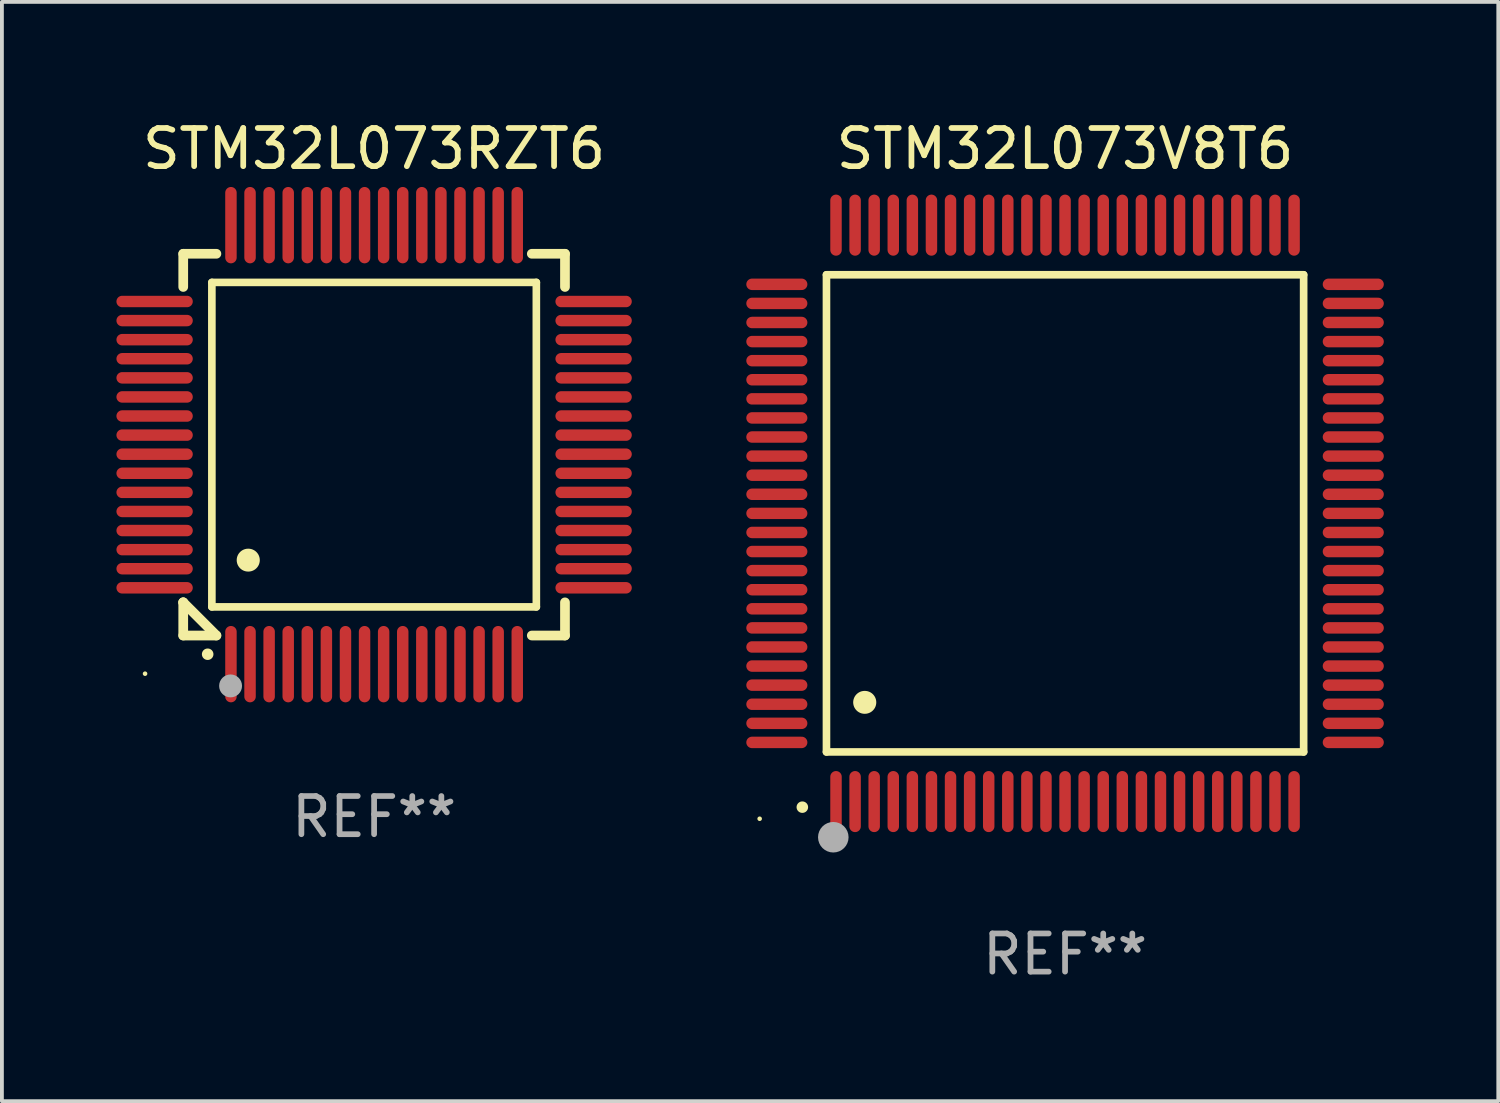
<source format=kicad_pcb>
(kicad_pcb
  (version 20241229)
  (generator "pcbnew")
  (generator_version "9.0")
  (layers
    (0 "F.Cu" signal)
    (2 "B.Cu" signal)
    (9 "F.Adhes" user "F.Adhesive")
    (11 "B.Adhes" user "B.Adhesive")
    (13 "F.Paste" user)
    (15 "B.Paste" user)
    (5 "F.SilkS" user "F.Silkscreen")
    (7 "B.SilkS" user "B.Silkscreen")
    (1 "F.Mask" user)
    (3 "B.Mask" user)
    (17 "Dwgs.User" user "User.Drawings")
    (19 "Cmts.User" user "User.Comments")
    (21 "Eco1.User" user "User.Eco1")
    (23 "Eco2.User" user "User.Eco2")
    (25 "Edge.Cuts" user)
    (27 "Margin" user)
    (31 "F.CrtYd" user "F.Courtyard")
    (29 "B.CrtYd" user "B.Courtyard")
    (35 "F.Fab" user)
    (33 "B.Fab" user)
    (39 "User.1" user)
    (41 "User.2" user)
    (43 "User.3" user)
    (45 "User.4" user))
  (footprint "STM32L073V8T6"
    (layer "F.Cu")
    (at 24.85 10.398)
    (property "Reference" "STM32L073V8T6" (at 0 -9.55 0) (layer "F.SilkS") (effects (font (size 1 1) (thickness 0.15))))
    (attr through_hole)
    (fp_line (start -6.25 -6.25) (end -6.25 6.25) (stroke (width 0.2) (type solid)) (layer "F.SilkS"))
    (fp_line (start -6.25 6.25) (end 6.25 6.25) (stroke (width 0.2) (type solid)) (layer "F.SilkS"))
    (fp_line (start 6.25 -6.25) (end -6.25 -6.25) (stroke (width 0.2) (type solid)) (layer "F.SilkS"))
    (fp_line (start 6.25 6.25) (end 6.25 -6.25) (stroke (width 0.2) (type solid)) (layer "F.SilkS"))
    (fp_arc (start -6.883414 7.696215) (mid -6.882144 7.69621) (end -6.880874 7.696215) (stroke (width 0.3) (type solid)) (layer "F.SilkS"))
    (fp_arc (start -5.250191 4.95047) (mid -5.247651 4.950459) (end -5.245111 4.95047) (stroke (width 0.6) (type solid)) (layer "F.SilkS"))
    (fp_circle (center -8 8) (end -7.97 8) (stroke (width 0.06) (type solid)) (fill no) (layer "F.SilkS"))
    (fp_circle (center -6.071 8.484) (end -5.871 8.484) (stroke (width 0.4) (type solid)) (fill no) (layer "F.Fab"))
    (fp_text user "REF**" (at 0 11.55 0) (layer "F.Fab") (effects (font (size 1 1) (thickness 0.15))))
    (pad "1" smd oval (at -6 7.55) (size 0.3 1.6) (layers "F.Cu" "F.Mask" "F.Paste"))
    (pad "2" smd oval (at -5.5 7.55) (size 0.3 1.6) (layers "F.Cu" "F.Mask" "F.Paste"))
    (pad "3" smd oval (at -5 7.55) (size 0.3 1.6) (layers "F.Cu" "F.Mask" "F.Paste"))
    (pad "4" smd oval (at -4.5 7.55) (size 0.3 1.6) (layers "F.Cu" "F.Mask" "F.Paste"))
    (pad "5" smd oval (at -4 7.55) (size 0.3 1.6) (layers "F.Cu" "F.Mask" "F.Paste"))
    (pad "6" smd oval (at -3.5 7.55) (size 0.3 1.6) (layers "F.Cu" "F.Mask" "F.Paste"))
    (pad "7" smd oval (at -3 7.55) (size 0.3 1.6) (layers "F.Cu" "F.Mask" "F.Paste"))
    (pad "8" smd oval (at -2.5 7.55) (size 0.3 1.6) (layers "F.Cu" "F.Mask" "F.Paste"))
    (pad "9" smd oval (at -2 7.55) (size 0.3 1.6) (layers "F.Cu" "F.Mask" "F.Paste"))
    (pad "10" smd oval (at -1.5 7.55) (size 0.3 1.6) (layers "F.Cu" "F.Mask" "F.Paste"))
    (pad "11" smd oval (at -1 7.55) (size 0.3 1.6) (layers "F.Cu" "F.Mask" "F.Paste"))
    (pad "12" smd oval (at -0.5 7.55) (size 0.3 1.6) (layers "F.Cu" "F.Mask" "F.Paste"))
    (pad "13" smd oval (at 0 7.55) (size 0.3 1.6) (layers "F.Cu" "F.Mask" "F.Paste"))
    (pad "14" smd oval (at 0.5 7.55) (size 0.3 1.6) (layers "F.Cu" "F.Mask" "F.Paste"))
    (pad "15" smd oval (at 1 7.55) (size 0.3 1.6) (layers "F.Cu" "F.Mask" "F.Paste"))
    (pad "16" smd oval (at 1.5 7.55) (size 0.3 1.6) (layers "F.Cu" "F.Mask" "F.Paste"))
    (pad "17" smd oval (at 2 7.55) (size 0.3 1.6) (layers "F.Cu" "F.Mask" "F.Paste"))
    (pad "18" smd oval (at 2.5 7.55) (size 0.3 1.6) (layers "F.Cu" "F.Mask" "F.Paste"))
    (pad "19" smd oval (at 3 7.55) (size 0.3 1.6) (layers "F.Cu" "F.Mask" "F.Paste"))
    (pad "20" smd oval (at 3.5 7.55) (size 0.3 1.6) (layers "F.Cu" "F.Mask" "F.Paste"))
    (pad "21" smd oval (at 4 7.55) (size 0.3 1.6) (layers "F.Cu" "F.Mask" "F.Paste"))
    (pad "22" smd oval (at 4.5 7.55) (size 0.3 1.6) (layers "F.Cu" "F.Mask" "F.Paste"))
    (pad "23" smd oval (at 5 7.55) (size 0.3 1.6) (layers "F.Cu" "F.Mask" "F.Paste"))
    (pad "24" smd oval (at 5.5 7.55) (size 0.3 1.6) (layers "F.Cu" "F.Mask" "F.Paste"))
    (pad "25" smd oval (at 6 7.55) (size 0.3 1.6) (layers "F.Cu" "F.Mask" "F.Paste"))
    (pad "26" smd oval (at 7.55 6) (size 1.6 0.3) (layers "F.Cu" "F.Mask" "F.Paste"))
    (pad "27" smd oval (at 7.55 5.5) (size 1.6 0.3) (layers "F.Cu" "F.Mask" "F.Paste"))
    (pad "28" smd oval (at 7.55 5) (size 1.6 0.3) (layers "F.Cu" "F.Mask" "F.Paste"))
    (pad "29" smd oval (at 7.55 4.5) (size 1.6 0.3) (layers "F.Cu" "F.Mask" "F.Paste"))
    (pad "30" smd oval (at 7.55 4) (size 1.6 0.3) (layers "F.Cu" "F.Mask" "F.Paste"))
    (pad "31" smd oval (at 7.55 3.5) (size 1.6 0.3) (layers "F.Cu" "F.Mask" "F.Paste"))
    (pad "32" smd oval (at 7.55 3) (size 1.6 0.3) (layers "F.Cu" "F.Mask" "F.Paste"))
    (pad "33" smd oval (at 7.55 2.5) (size 1.6 0.3) (layers "F.Cu" "F.Mask" "F.Paste"))
    (pad "34" smd oval (at 7.55 2) (size 1.6 0.3) (layers "F.Cu" "F.Mask" "F.Paste"))
    (pad "35" smd oval (at 7.55 1.5) (size 1.6 0.3) (layers "F.Cu" "F.Mask" "F.Paste"))
    (pad "36" smd oval (at 7.55 1) (size 1.6 0.3) (layers "F.Cu" "F.Mask" "F.Paste"))
    (pad "37" smd oval (at 7.55 0.5) (size 1.6 0.3) (layers "F.Cu" "F.Mask" "F.Paste"))
    (pad "38" smd oval (at 7.55 0) (size 1.6 0.3) (layers "F.Cu" "F.Mask" "F.Paste"))
    (pad "39" smd oval (at 7.55 -0.5) (size 1.6 0.3) (layers "F.Cu" "F.Mask" "F.Paste"))
    (pad "40" smd oval (at 7.55 -1) (size 1.6 0.3) (layers "F.Cu" "F.Mask" "F.Paste"))
    (pad "41" smd oval (at 7.55 -1.5) (size 1.6 0.3) (layers "F.Cu" "F.Mask" "F.Paste"))
    (pad "42" smd oval (at 7.55 -2) (size 1.6 0.3) (layers "F.Cu" "F.Mask" "F.Paste"))
    (pad "43" smd oval (at 7.55 -2.5) (size 1.6 0.3) (layers "F.Cu" "F.Mask" "F.Paste"))
    (pad "44" smd oval (at 7.55 -3) (size 1.6 0.3) (layers "F.Cu" "F.Mask" "F.Paste"))
    (pad "45" smd oval (at 7.55 -3.5) (size 1.6 0.3) (layers "F.Cu" "F.Mask" "F.Paste"))
    (pad "46" smd oval (at 7.55 -4) (size 1.6 0.3) (layers "F.Cu" "F.Mask" "F.Paste"))
    (pad "47" smd oval (at 7.55 -4.5) (size 1.6 0.3) (layers "F.Cu" "F.Mask" "F.Paste"))
    (pad "48" smd oval (at 7.55 -5) (size 1.6 0.3) (layers "F.Cu" "F.Mask" "F.Paste"))
    (pad "49" smd oval (at 7.55 -5.5) (size 1.6 0.3) (layers "F.Cu" "F.Mask" "F.Paste"))
    (pad "50" smd oval (at 7.55 -6) (size 1.6 0.3) (layers "F.Cu" "F.Mask" "F.Paste"))
    (pad "51" smd oval (at 6 -7.55) (size 0.3 1.6) (layers "F.Cu" "F.Mask" "F.Paste"))
    (pad "52" smd oval (at 5.5 -7.55) (size 0.3 1.6) (layers "F.Cu" "F.Mask" "F.Paste"))
    (pad "53" smd oval (at 5 -7.55) (size 0.3 1.6) (layers "F.Cu" "F.Mask" "F.Paste"))
    (pad "54" smd oval (at 4.5 -7.55) (size 0.3 1.6) (layers "F.Cu" "F.Mask" "F.Paste"))
    (pad "55" smd oval (at 4 -7.55) (size 0.3 1.6) (layers "F.Cu" "F.Mask" "F.Paste"))
    (pad "56" smd oval (at 3.5 -7.55) (size 0.3 1.6) (layers "F.Cu" "F.Mask" "F.Paste"))
    (pad "57" smd oval (at 3 -7.55) (size 0.3 1.6) (layers "F.Cu" "F.Mask" "F.Paste"))
    (pad "58" smd oval (at 2.5 -7.55) (size 0.3 1.6) (layers "F.Cu" "F.Mask" "F.Paste"))
    (pad "59" smd oval (at 2 -7.55) (size 0.3 1.6) (layers "F.Cu" "F.Mask" "F.Paste"))
    (pad "60" smd oval (at 1.5 -7.55) (size 0.3 1.6) (layers "F.Cu" "F.Mask" "F.Paste"))
    (pad "61" smd oval (at 1 -7.55) (size 0.3 1.6) (layers "F.Cu" "F.Mask" "F.Paste"))
    (pad "62" smd oval (at 0.5 -7.55) (size 0.3 1.6) (layers "F.Cu" "F.Mask" "F.Paste"))
    (pad "63" smd oval (at 0 -7.55) (size 0.3 1.6) (layers "F.Cu" "F.Mask" "F.Paste"))
    (pad "64" smd oval (at -0.5 -7.55) (size 0.3 1.6) (layers "F.Cu" "F.Mask" "F.Paste"))
    (pad "65" smd oval (at -1 -7.55) (size 0.3 1.6) (layers "F.Cu" "F.Mask" "F.Paste"))
    (pad "66" smd oval (at -1.5 -7.55) (size 0.3 1.6) (layers "F.Cu" "F.Mask" "F.Paste"))
    (pad "67" smd oval (at -2 -7.55) (size 0.3 1.6) (layers "F.Cu" "F.Mask" "F.Paste"))
    (pad "68" smd oval (at -2.5 -7.55) (size 0.3 1.6) (layers "F.Cu" "F.Mask" "F.Paste"))
    (pad "69" smd oval (at -3 -7.55) (size 0.3 1.6) (layers "F.Cu" "F.Mask" "F.Paste"))
    (pad "70" smd oval (at -3.5 -7.55) (size 0.3 1.6) (layers "F.Cu" "F.Mask" "F.Paste"))
    (pad "71" smd oval (at -4 -7.55) (size 0.3 1.6) (layers "F.Cu" "F.Mask" "F.Paste"))
    (pad "72" smd oval (at -4.5 -7.55) (size 0.3 1.6) (layers "F.Cu" "F.Mask" "F.Paste"))
    (pad "73" smd oval (at -5 -7.55) (size 0.3 1.6) (layers "F.Cu" "F.Mask" "F.Paste"))
    (pad "74" smd oval (at -5.5 -7.55) (size 0.3 1.6) (layers "F.Cu" "F.Mask" "F.Paste"))
    (pad "75" smd oval (at -6 -7.55) (size 0.3 1.6) (layers "F.Cu" "F.Mask" "F.Paste"))
    (pad "76" smd oval (at -7.55 -6) (size 1.6 0.3) (layers "F.Cu" "F.Mask" "F.Paste"))
    (pad "77" smd oval (at -7.55 -5.5) (size 1.6 0.3) (layers "F.Cu" "F.Mask" "F.Paste"))
    (pad "78" smd oval (at -7.55 -5) (size 1.6 0.3) (layers "F.Cu" "F.Mask" "F.Paste"))
    (pad "79" smd oval (at -7.55 -4.5) (size 1.6 0.3) (layers "F.Cu" "F.Mask" "F.Paste"))
    (pad "80" smd oval (at -7.55 -4) (size 1.6 0.3) (layers "F.Cu" "F.Mask" "F.Paste"))
    (pad "81" smd oval (at -7.55 -3.5) (size 1.6 0.3) (layers "F.Cu" "F.Mask" "F.Paste"))
    (pad "82" smd oval (at -7.55 -3) (size 1.6 0.3) (layers "F.Cu" "F.Mask" "F.Paste"))
    (pad "83" smd oval (at -7.55 -2.5) (size 1.6 0.3) (layers "F.Cu" "F.Mask" "F.Paste"))
    (pad "84" smd oval (at -7.55 -2) (size 1.6 0.3) (layers "F.Cu" "F.Mask" "F.Paste"))
    (pad "85" smd oval (at -7.55 -1.5) (size 1.6 0.3) (layers "F.Cu" "F.Mask" "F.Paste"))
    (pad "86" smd oval (at -7.55 -1) (size 1.6 0.3) (layers "F.Cu" "F.Mask" "F.Paste"))
    (pad "87" smd oval (at -7.55 -0.5) (size 1.6 0.3) (layers "F.Cu" "F.Mask" "F.Paste"))
    (pad "88" smd oval (at -7.55 0) (size 1.6 0.3) (layers "F.Cu" "F.Mask" "F.Paste"))
    (pad "89" smd oval (at -7.55 0.5) (size 1.6 0.3) (layers "F.Cu" "F.Mask" "F.Paste"))
    (pad "90" smd oval (at -7.55 1) (size 1.6 0.3) (layers "F.Cu" "F.Mask" "F.Paste"))
    (pad "91" smd oval (at -7.55 1.5) (size 1.6 0.3) (layers "F.Cu" "F.Mask" "F.Paste"))
    (pad "92" smd oval (at -7.55 2) (size 1.6 0.3) (layers "F.Cu" "F.Mask" "F.Paste"))
    (pad "93" smd oval (at -7.55 2.5) (size 1.6 0.3) (layers "F.Cu" "F.Mask" "F.Paste"))
    (pad "94" smd oval (at -7.55 3) (size 1.6 0.3) (layers "F.Cu" "F.Mask" "F.Paste"))
    (pad "95" smd oval (at -7.55 3.5) (size 1.6 0.3) (layers "F.Cu" "F.Mask" "F.Paste"))
    (pad "96" smd oval (at -7.55 4) (size 1.6 0.3) (layers "F.Cu" "F.Mask" "F.Paste"))
    (pad "97" smd oval (at -7.55 4.5) (size 1.6 0.3) (layers "F.Cu" "F.Mask" "F.Paste"))
    (pad "98" smd oval (at -7.55 5) (size 1.6 0.3) (layers "F.Cu" "F.Mask" "F.Paste"))
    (pad "99" smd oval (at -7.55 5.5) (size 1.6 0.3) (layers "F.Cu" "F.Mask" "F.Paste"))
    (pad "100" smd oval (at -7.55 6) (size 1.6 0.3) (layers "F.Cu" "F.Mask" "F.Paste")))
  (footprint "STM32L073RZT6"
    (layer "F.Cu")
    (at 6.75 8.598)
    (property "Reference" "STM32L073RZT6" (at 0 -7.75 0) (layer "F.SilkS") (effects (font (size 1 1) (thickness 0.15))))
    (attr through_hole)
    (fp_line (start -5 -5) (end -4.131 -5) (stroke (width 0.254) (type solid)) (layer "F.SilkS"))
    (fp_line (start -5 -4.131) (end -5 -5) (stroke (width 0.254) (type solid)) (layer "F.SilkS"))
    (fp_line (start -5 4.131) (end -5 4.131) (stroke (width 0.254) (type solid)) (layer "F.SilkS"))
    (fp_line (start -5 5) (end -5 4.131) (stroke (width 0.254) (type solid)) (layer "F.SilkS"))
    (fp_line (start -5 4.131) (end -4.131 5) (stroke (width 0.254) (type solid)) (layer "F.SilkS"))
    (fp_line (start -4.25 -4.25) (end -4.25 4.25) (stroke (width 0.2) (type solid)) (layer "F.SilkS"))
    (fp_line (start -4.25 4.25) (end 4.25 4.25) (stroke (width 0.2) (type solid)) (layer "F.SilkS"))
    (fp_line (start -4.131 5) (end -5 5) (stroke (width 0.254) (type solid)) (layer "F.SilkS"))
    (fp_line (start 4.25 -4.25) (end -4.25 -4.25) (stroke (width 0.2) (type solid)) (layer "F.SilkS"))
    (fp_line (start 4.25 4.25) (end 4.25 -4.25) (stroke (width 0.2) (type solid)) (layer "F.SilkS"))
    (fp_line (start 5 -5) (end 4.131 -5) (stroke (width 0.254) (type solid)) (layer "F.SilkS"))
    (fp_line (start 5 -5) (end 5 -4.131) (stroke (width 0.254) (type solid)) (layer "F.SilkS"))
    (fp_line (start 5 4.131) (end 5 5) (stroke (width 0.254) (type solid)) (layer "F.SilkS"))
    (fp_line (start 5 5) (end 4.131 5) (stroke (width 0.254) (type solid)) (layer "F.SilkS"))
    (fp_arc (start -4.361265 5.489992) (mid -4.359995 5.489987) (end -4.358725 5.489992) (stroke (width 0.3) (type solid)) (layer "F.SilkS"))
    (fp_arc (start -3.299467 3.025146) (mid -3.296927 3.025135) (end -3.294387 3.025146) (stroke (width 0.6) (type solid)) (layer "F.SilkS"))
    (fp_circle (center -6 6) (end -5.97 6) (stroke (width 0.06) (type solid)) (fill no) (layer "F.SilkS"))
    (fp_circle (center -3.76 6.32) (end -3.61 6.32) (stroke (width 0.3) (type solid)) (fill no) (layer "F.Fab"))
    (fp_text user "REF**" (at 0 9.75 0) (layer "F.Fab") (effects (font (size 1 1) (thickness 0.15))))
    (pad "1" smd oval (at -3.75 5.75) (size 0.3 2) (layers "F.Cu" "F.Mask" "F.Paste"))
    (pad "2" smd oval (at -3.25 5.75) (size 0.3 2) (layers "F.Cu" "F.Mask" "F.Paste"))
    (pad "3" smd oval (at -2.75 5.75) (size 0.3 2) (layers "F.Cu" "F.Mask" "F.Paste"))
    (pad "4" smd oval (at -2.25 5.75) (size 0.3 2) (layers "F.Cu" "F.Mask" "F.Paste"))
    (pad "5" smd oval (at -1.75 5.75) (size 0.3 2) (layers "F.Cu" "F.Mask" "F.Paste"))
    (pad "6" smd oval (at -1.25 5.75) (size 0.3 2) (layers "F.Cu" "F.Mask" "F.Paste"))
    (pad "7" smd oval (at -0.75 5.75) (size 0.3 2) (layers "F.Cu" "F.Mask" "F.Paste"))
    (pad "8" smd oval (at -0.25 5.75) (size 0.3 2) (layers "F.Cu" "F.Mask" "F.Paste"))
    (pad "9" smd oval (at 0.25 5.75) (size 0.3 2) (layers "F.Cu" "F.Mask" "F.Paste"))
    (pad "10" smd oval (at 0.75 5.75) (size 0.3 2) (layers "F.Cu" "F.Mask" "F.Paste"))
    (pad "11" smd oval (at 1.25 5.75) (size 0.3 2) (layers "F.Cu" "F.Mask" "F.Paste"))
    (pad "12" smd oval (at 1.75 5.75) (size 0.3 2) (layers "F.Cu" "F.Mask" "F.Paste"))
    (pad "13" smd oval (at 2.25 5.75) (size 0.3 2) (layers "F.Cu" "F.Mask" "F.Paste"))
    (pad "14" smd oval (at 2.75 5.75) (size 0.3 2) (layers "F.Cu" "F.Mask" "F.Paste"))
    (pad "15" smd oval (at 3.25 5.75) (size 0.3 2) (layers "F.Cu" "F.Mask" "F.Paste"))
    (pad "16" smd oval (at 3.75 5.75) (size 0.3 2) (layers "F.Cu" "F.Mask" "F.Paste"))
    (pad "17" smd oval (at 5.75 3.75) (size 2 0.3) (layers "F.Cu" "F.Mask" "F.Paste"))
    (pad "18" smd oval (at 5.75 3.25) (size 2 0.3) (layers "F.Cu" "F.Mask" "F.Paste"))
    (pad "19" smd oval (at 5.75 2.75) (size 2 0.3) (layers "F.Cu" "F.Mask" "F.Paste"))
    (pad "20" smd oval (at 5.75 2.25) (size 2 0.3) (layers "F.Cu" "F.Mask" "F.Paste"))
    (pad "21" smd oval (at 5.75 1.75) (size 2 0.3) (layers "F.Cu" "F.Mask" "F.Paste"))
    (pad "22" smd oval (at 5.75 1.25) (size 2 0.3) (layers "F.Cu" "F.Mask" "F.Paste"))
    (pad "23" smd oval (at 5.75 0.75) (size 2 0.3) (layers "F.Cu" "F.Mask" "F.Paste"))
    (pad "24" smd oval (at 5.75 0.25) (size 2 0.3) (layers "F.Cu" "F.Mask" "F.Paste"))
    (pad "25" smd oval (at 5.75 -0.25) (size 2 0.3) (layers "F.Cu" "F.Mask" "F.Paste"))
    (pad "26" smd oval (at 5.75 -0.75) (size 2 0.3) (layers "F.Cu" "F.Mask" "F.Paste"))
    (pad "27" smd oval (at 5.75 -1.25) (size 2 0.3) (layers "F.Cu" "F.Mask" "F.Paste"))
    (pad "28" smd oval (at 5.75 -1.75) (size 2 0.3) (layers "F.Cu" "F.Mask" "F.Paste"))
    (pad "29" smd oval (at 5.75 -2.25) (size 2 0.3) (layers "F.Cu" "F.Mask" "F.Paste"))
    (pad "30" smd oval (at 5.75 -2.75) (size 2 0.3) (layers "F.Cu" "F.Mask" "F.Paste"))
    (pad "31" smd oval (at 5.75 -3.25) (size 2 0.3) (layers "F.Cu" "F.Mask" "F.Paste"))
    (pad "32" smd oval (at 5.75 -3.75) (size 2 0.3) (layers "F.Cu" "F.Mask" "F.Paste"))
    (pad "33" smd oval (at 3.75 -5.75) (size 0.3 2) (layers "F.Cu" "F.Mask" "F.Paste"))
    (pad "34" smd oval (at 3.25 -5.75) (size 0.3 2) (layers "F.Cu" "F.Mask" "F.Paste"))
    (pad "35" smd oval (at 2.75 -5.75) (size 0.3 2) (layers "F.Cu" "F.Mask" "F.Paste"))
    (pad "36" smd oval (at 2.25 -5.75) (size 0.3 2) (layers "F.Cu" "F.Mask" "F.Paste"))
    (pad "37" smd oval (at 1.75 -5.75) (size 0.3 2) (layers "F.Cu" "F.Mask" "F.Paste"))
    (pad "38" smd oval (at 1.25 -5.75) (size 0.3 2) (layers "F.Cu" "F.Mask" "F.Paste"))
    (pad "39" smd oval (at 0.75 -5.75) (size 0.3 2) (layers "F.Cu" "F.Mask" "F.Paste"))
    (pad "40" smd oval (at 0.25 -5.75) (size 0.3 2) (layers "F.Cu" "F.Mask" "F.Paste"))
    (pad "41" smd oval (at -0.25 -5.75) (size 0.3 2) (layers "F.Cu" "F.Mask" "F.Paste"))
    (pad "42" smd oval (at -0.75 -5.75) (size 0.3 2) (layers "F.Cu" "F.Mask" "F.Paste"))
    (pad "43" smd oval (at -1.25 -5.75) (size 0.3 2) (layers "F.Cu" "F.Mask" "F.Paste"))
    (pad "44" smd oval (at -1.75 -5.75) (size 0.3 2) (layers "F.Cu" "F.Mask" "F.Paste"))
    (pad "45" smd oval (at -2.25 -5.75) (size 0.3 2) (layers "F.Cu" "F.Mask" "F.Paste"))
    (pad "46" smd oval (at -2.75 -5.75) (size 0.3 2) (layers "F.Cu" "F.Mask" "F.Paste"))
    (pad "47" smd oval (at -3.25 -5.75) (size 0.3 2) (layers "F.Cu" "F.Mask" "F.Paste"))
    (pad "48" smd oval (at -3.75 -5.75) (size 0.3 2) (layers "F.Cu" "F.Mask" "F.Paste"))
    (pad "49" smd oval (at -5.75 -3.75) (size 2 0.3) (layers "F.Cu" "F.Mask" "F.Paste"))
    (pad "50" smd oval (at -5.75 -3.25) (size 2 0.3) (layers "F.Cu" "F.Mask" "F.Paste"))
    (pad "51" smd oval (at -5.75 -2.75) (size 2 0.3) (layers "F.Cu" "F.Mask" "F.Paste"))
    (pad "52" smd oval (at -5.75 -2.25) (size 2 0.3) (layers "F.Cu" "F.Mask" "F.Paste"))
    (pad "53" smd oval (at -5.75 -1.75) (size 2 0.3) (layers "F.Cu" "F.Mask" "F.Paste"))
    (pad "54" smd oval (at -5.75 -1.25) (size 2 0.3) (layers "F.Cu" "F.Mask" "F.Paste"))
    (pad "55" smd oval (at -5.75 -0.75) (size 2 0.3) (layers "F.Cu" "F.Mask" "F.Paste"))
    (pad "56" smd oval (at -5.75 -0.25) (size 2 0.3) (layers "F.Cu" "F.Mask" "F.Paste"))
    (pad "57" smd oval (at -5.75 0.25) (size 2 0.3) (layers "F.Cu" "F.Mask" "F.Paste"))
    (pad "58" smd oval (at -5.75 0.75) (size 2 0.3) (layers "F.Cu" "F.Mask" "F.Paste"))
    (pad "59" smd oval (at -5.75 1.25) (size 2 0.3) (layers "F.Cu" "F.Mask" "F.Paste"))
    (pad "60" smd oval (at -5.75 1.75) (size 2 0.3) (layers "F.Cu" "F.Mask" "F.Paste"))
    (pad "61" smd oval (at -5.75 2.25) (size 2 0.3) (layers "F.Cu" "F.Mask" "F.Paste"))
    (pad "62" smd oval (at -5.75 2.75) (size 2 0.3) (layers "F.Cu" "F.Mask" "F.Paste"))
    (pad "63" smd oval (at -5.75 3.25) (size 2 0.3) (layers "F.Cu" "F.Mask" "F.Paste"))
    (pad "64" smd oval (at -5.75 3.75) (size 2 0.3) (layers "F.Cu" "F.Mask" "F.Paste")))
  (gr_rect
    (start -3 -3)
    (end 36.199 25.796)
    (stroke (width 0.1) (type default))
    (fill no)
    (layer "Edge.Cuts")))
</source>
